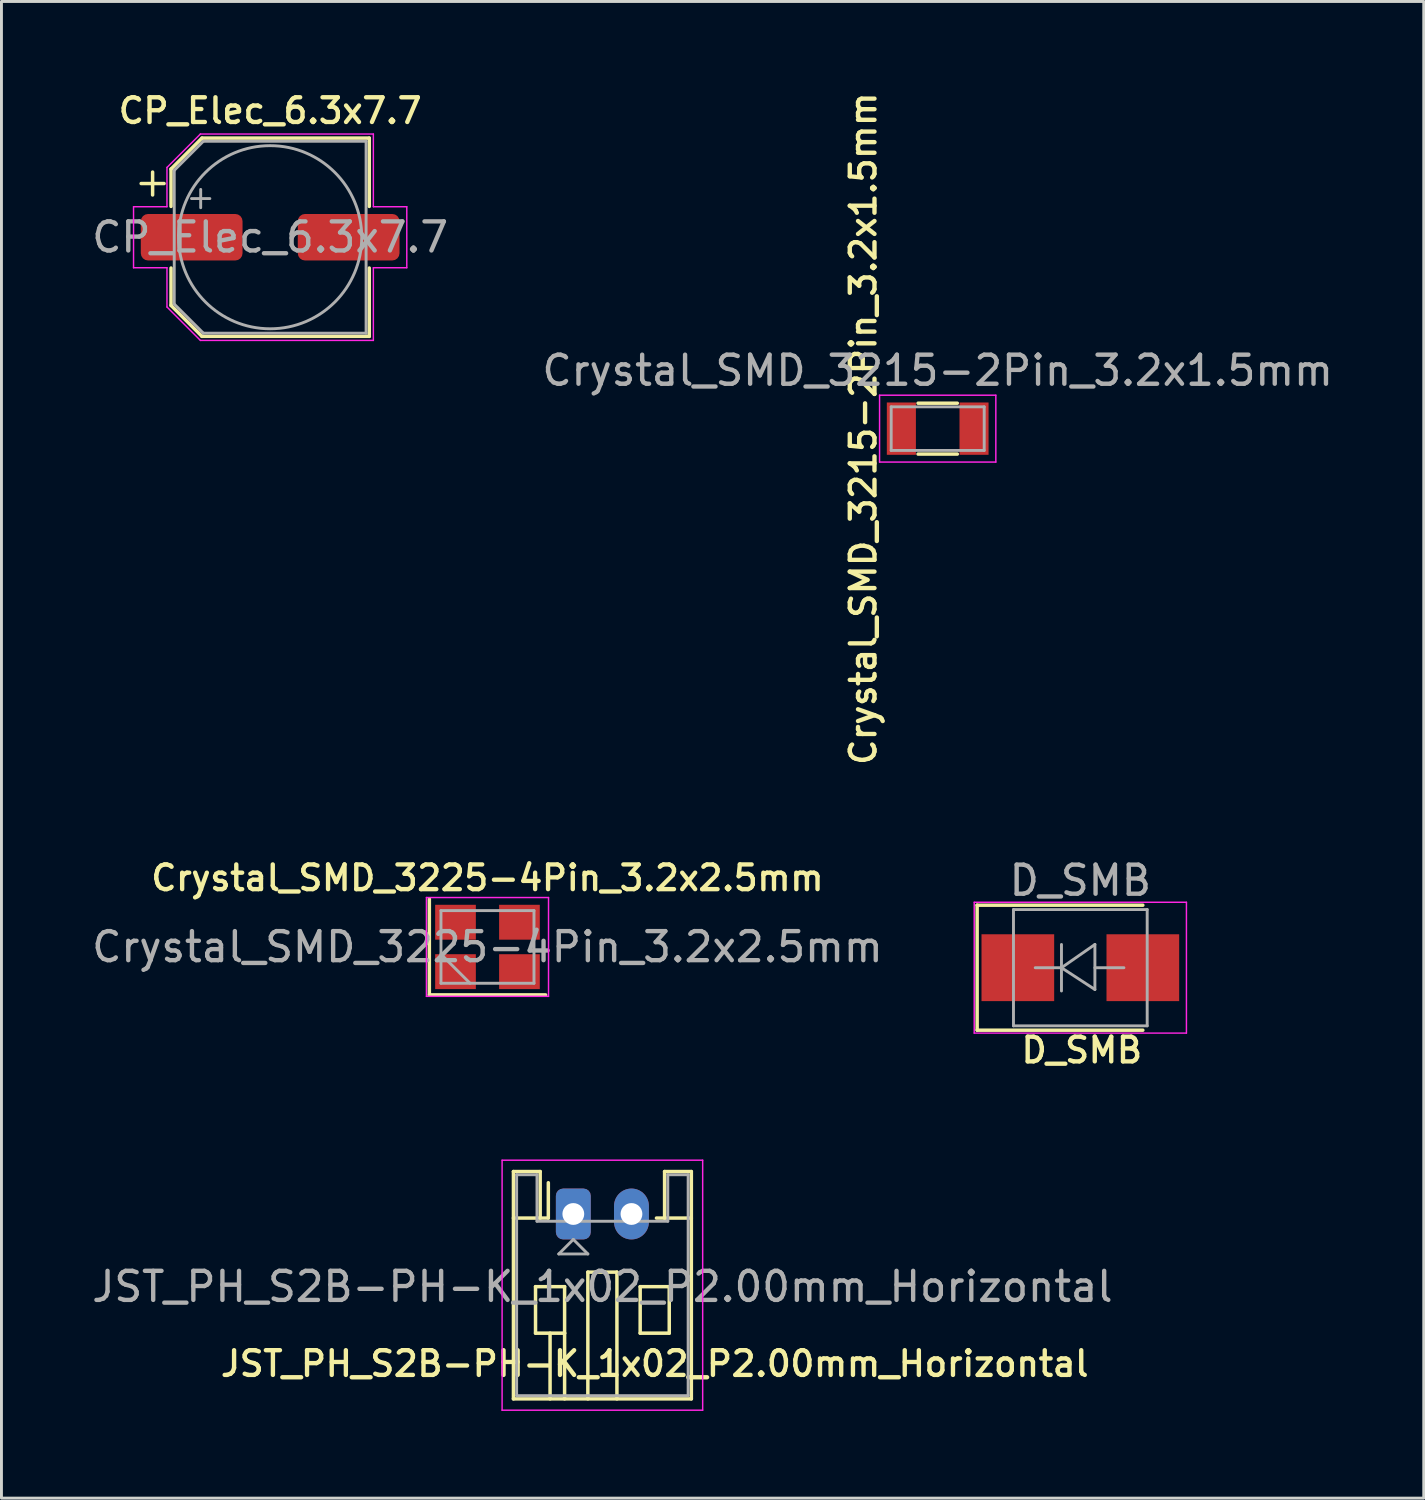
<source format=kicad_pcb>
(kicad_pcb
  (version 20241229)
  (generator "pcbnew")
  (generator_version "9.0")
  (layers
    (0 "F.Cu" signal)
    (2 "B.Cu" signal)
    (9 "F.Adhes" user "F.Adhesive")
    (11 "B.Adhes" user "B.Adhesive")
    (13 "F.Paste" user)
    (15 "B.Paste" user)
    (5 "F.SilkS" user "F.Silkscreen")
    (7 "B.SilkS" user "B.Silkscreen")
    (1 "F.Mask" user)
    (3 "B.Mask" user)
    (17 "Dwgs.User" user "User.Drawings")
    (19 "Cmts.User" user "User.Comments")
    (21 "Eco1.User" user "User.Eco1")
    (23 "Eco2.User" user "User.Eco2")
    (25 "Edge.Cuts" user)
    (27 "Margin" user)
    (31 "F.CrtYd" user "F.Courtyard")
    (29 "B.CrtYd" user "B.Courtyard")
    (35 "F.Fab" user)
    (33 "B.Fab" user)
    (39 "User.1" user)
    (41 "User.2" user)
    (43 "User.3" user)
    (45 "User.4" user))
  (footprint "CP_Elec_6.3x7.7"
    (layer "F.Cu")
    (at 6.244 5.111)
    (property "Reference" "CP_Elec_6.3x7.7" (at 0 -4.35 180) (layer "F.SilkS") (effects (font (size 0.85 0.85) (thickness 0.15))))
    (attr smd)
    (fp_line (start -4.438 -1.847) (end -3.65 -1.847) (stroke (width 0.12) (type solid)) (layer "F.SilkS"))
    (fp_line (start -4.044 -2.241) (end -4.044 -1.454) (stroke (width 0.12) (type solid)) (layer "F.SilkS"))
    (fp_line (start -3.41 -2.346) (end -3.41 -1.06) (stroke (width 0.12) (type solid)) (layer "F.SilkS"))
    (fp_line (start -3.41 -2.346) (end -2.346 -3.41) (stroke (width 0.12) (type solid)) (layer "F.SilkS"))
    (fp_line (start -3.41 2.346) (end -3.41 1.06) (stroke (width 0.12) (type solid)) (layer "F.SilkS"))
    (fp_line (start -3.41 2.346) (end -2.346 3.41) (stroke (width 0.12) (type solid)) (layer "F.SilkS"))
    (fp_line (start -2.346 -3.41) (end 3.41 -3.41) (stroke (width 0.12) (type solid)) (layer "F.SilkS"))
    (fp_line (start -2.346 3.41) (end 3.41 3.41) (stroke (width 0.12) (type solid)) (layer "F.SilkS"))
    (fp_line (start 3.41 -3.41) (end 3.41 -1.06) (stroke (width 0.12) (type solid)) (layer "F.SilkS"))
    (fp_line (start 3.41 3.41) (end 3.41 1.06) (stroke (width 0.12) (type solid)) (layer "F.SilkS"))
    (fp_line (start -4.7 -1.05) (end -4.7 1.05) (stroke (width 0.05) (type solid)) (layer "F.CrtYd"))
    (fp_line (start -4.7 1.05) (end -3.55 1.05) (stroke (width 0.05) (type solid)) (layer "F.CrtYd"))
    (fp_line (start -3.55 -2.4) (end -3.55 -1.05) (stroke (width 0.05) (type solid)) (layer "F.CrtYd"))
    (fp_line (start -3.55 -2.4) (end -2.4 -3.55) (stroke (width 0.05) (type solid)) (layer "F.CrtYd"))
    (fp_line (start -3.55 -1.05) (end -4.7 -1.05) (stroke (width 0.05) (type solid)) (layer "F.CrtYd"))
    (fp_line (start -3.55 1.05) (end -3.55 2.4) (stroke (width 0.05) (type solid)) (layer "F.CrtYd"))
    (fp_line (start -3.55 2.4) (end -2.4 3.55) (stroke (width 0.05) (type solid)) (layer "F.CrtYd"))
    (fp_line (start -2.4 -3.55) (end 3.55 -3.55) (stroke (width 0.05) (type solid)) (layer "F.CrtYd"))
    (fp_line (start -2.4 3.55) (end 3.55 3.55) (stroke (width 0.05) (type solid)) (layer "F.CrtYd"))
    (fp_line (start 3.55 -3.55) (end 3.55 -1.05) (stroke (width 0.05) (type solid)) (layer "F.CrtYd"))
    (fp_line (start 3.55 -1.05) (end 4.7 -1.05) (stroke (width 0.05) (type solid)) (layer "F.CrtYd"))
    (fp_line (start 3.55 1.05) (end 3.55 3.55) (stroke (width 0.05) (type solid)) (layer "F.CrtYd"))
    (fp_line (start 4.7 -1.05) (end 4.7 1.05) (stroke (width 0.05) (type solid)) (layer "F.CrtYd"))
    (fp_line (start 4.7 1.05) (end 3.55 1.05) (stroke (width 0.05) (type solid)) (layer "F.CrtYd"))
    (fp_line (start -3.3 -2.3) (end -3.3 2.3) (stroke (width 0.1) (type solid)) (layer "F.Fab"))
    (fp_line (start -3.3 -2.3) (end -2.3 -3.3) (stroke (width 0.1) (type solid)) (layer "F.Fab"))
    (fp_line (start -3.3 2.3) (end -2.3 3.3) (stroke (width 0.1) (type solid)) (layer "F.Fab"))
    (fp_line (start -2.705 -1.33) (end -2.075 -1.33) (stroke (width 0.1) (type solid)) (layer "F.Fab"))
    (fp_line (start -2.39 -1.645) (end -2.39 -1.015) (stroke (width 0.1) (type solid)) (layer "F.Fab"))
    (fp_line (start -2.3 -3.3) (end 3.3 -3.3) (stroke (width 0.1) (type solid)) (layer "F.Fab"))
    (fp_line (start -2.3 3.3) (end 3.3 3.3) (stroke (width 0.1) (type solid)) (layer "F.Fab"))
    (fp_line (start 3.3 -3.3) (end 3.3 3.3) (stroke (width 0.1) (type solid)) (layer "F.Fab"))
    (fp_circle (center 0 0) (end 3.15 0) (stroke (width 0.1) (type solid)) (fill no) (layer "F.Fab"))
    (fp_text user "${REFERENCE}" (at 0 0 180) (layer "F.Fab") (effects (font (size 1 1) (thickness 0.15))))
    (pad "1" smd roundrect (at -2.7 0) (size 3.5 1.6) (layers "F.Cu" "F.Mask" "F.Paste") (roundrect_rratio 0.156))
    (pad "2" smd roundrect (at 2.7 0) (size 3.5 1.6) (layers "F.Cu" "F.Mask" "F.Paste") (roundrect_rratio 0.156)))
  (footprint "Crystal_SMD_3215-2Pin_3.2x1.5mm"
    (layer "F.Cu")
    (at 29.208 11.696)
    (property "Reference" "Crystal_SMD_3215-2Pin_3.2x1.5mm" (at -2.56 0 270) (layer "F.SilkS") (effects (font (size 0.85 0.85) (thickness 0.15))))
    (attr smd)
    (fp_line (start -0.675 -0.875) (end 0.675 -0.875) (stroke (width 0.12) (type solid)) (layer "F.SilkS"))
    (fp_line (start -0.675 0.875) (end 0.675 0.875) (stroke (width 0.12) (type solid)) (layer "F.SilkS"))
    (fp_line (start -2 -1.15) (end -2 1.15) (stroke (width 0.05) (type solid)) (layer "F.CrtYd"))
    (fp_line (start -2 -1.15) (end 2 -1.15) (stroke (width 0.05) (type solid)) (layer "F.CrtYd"))
    (fp_line (start -2 1.15) (end 2 1.15) (stroke (width 0.05) (type solid)) (layer "F.CrtYd"))
    (fp_line (start 2 -1.15) (end 2 1.15) (stroke (width 0.05) (type solid)) (layer "F.CrtYd"))
    (fp_line (start -1.6 -0.75) (end -1.6 0.75) (stroke (width 0.1) (type solid)) (layer "F.Fab"))
    (fp_line (start -1.6 -0.75) (end 1.6 -0.75) (stroke (width 0.1) (type solid)) (layer "F.Fab"))
    (fp_line (start -1.6 0.75) (end 1.6 0.75) (stroke (width 0.1) (type solid)) (layer "F.Fab"))
    (fp_line (start 1.6 -0.75) (end 1.6 0.75) (stroke (width 0.1) (type solid)) (layer "F.Fab"))
    (fp_text user "${REFERENCE}" (at 0 -2 180) (layer "F.Fab") (effects (font (size 1 1) (thickness 0.15))))
    (pad "1" smd rect (at 1.25 0) (size 1 1.8) (layers "F.Cu" "F.Mask" "F.Paste"))
    (pad "2" smd rect (at -1.25 0) (size 1 1.8) (layers "F.Cu" "F.Mask" "F.Paste")))
  (footprint "Crystal_SMD_3225-4Pin_3.2x2.5mm"
    (layer "F.Cu")
    (at 13.72 29.526)
    (property "Reference" "Crystal_SMD_3225-4Pin_3.2x2.5mm" (at 0 -2.374 180) (layer "F.SilkS") (effects (font (size 0.85 0.85) (thickness 0.15))))
    (attr smd)
    (fp_line (start -2 -1.65) (end -2 1.65) (stroke (width 0.12) (type solid)) (layer "F.SilkS"))
    (fp_line (start -2 1.65) (end 2 1.65) (stroke (width 0.12) (type solid)) (layer "F.SilkS"))
    (fp_line (start -2.1 -1.7) (end -2.1 1.7) (stroke (width 0.05) (type solid)) (layer "F.CrtYd"))
    (fp_line (start -2.1 1.7) (end 2.1 1.7) (stroke (width 0.05) (type solid)) (layer "F.CrtYd"))
    (fp_line (start 2.1 -1.7) (end -2.1 -1.7) (stroke (width 0.05) (type solid)) (layer "F.CrtYd"))
    (fp_line (start 2.1 1.7) (end 2.1 -1.7) (stroke (width 0.05) (type solid)) (layer "F.CrtYd"))
    (fp_line (start -1.6 -1.25) (end -1.6 1.25) (stroke (width 0.1) (type solid)) (layer "F.Fab"))
    (fp_line (start -1.6 0.25) (end -0.6 1.25) (stroke (width 0.1) (type solid)) (layer "F.Fab"))
    (fp_line (start -1.6 1.25) (end 1.6 1.25) (stroke (width 0.1) (type solid)) (layer "F.Fab"))
    (fp_line (start 1.6 -1.25) (end -1.6 -1.25) (stroke (width 0.1) (type solid)) (layer "F.Fab"))
    (fp_line (start 1.6 1.25) (end 1.6 -1.25) (stroke (width 0.1) (type solid)) (layer "F.Fab"))
    (fp_text user "${REFERENCE}" (at 0 0 180) (layer "F.Fab") (effects (font (size 1 1) (thickness 0.15))))
    (pad "1" smd rect (at -1.1 0.85) (size 1.4 1.2) (layers "F.Cu" "F.Mask" "F.Paste"))
    (pad "2" smd rect (at 1.1 0.85) (size 1.4 1.2) (layers "F.Cu" "F.Mask" "F.Paste"))
    (pad "3" smd rect (at 1.1 -0.85) (size 1.4 1.2) (layers "F.Cu" "F.Mask" "F.Paste"))
    (pad "4" smd rect (at -1.1 -0.85) (size 1.4 1.2) (layers "F.Cu" "F.Mask" "F.Paste")))
  (footprint "JST_PH_S2B-PH-K_1x02_P2.00mm_Horizontal"
    (layer "F.Cu")
    (at 16.673 38.713)
    (property "Reference" "JST_PH_S2B-PH-K_1x02_P2.00mm_Horizontal" (at 2.8 5.15 0) (layer "F.SilkS") (effects (font (size 0.85 0.85) (thickness 0.15))))
    (attr through_hole)
    (fp_line (start -2.06 -1.46) (end -2.06 6.36) (stroke (width 0.12) (type solid)) (layer "F.SilkS"))
    (fp_line (start -2.06 0.14) (end -1.14 0.14) (stroke (width 0.12) (type solid)) (layer "F.SilkS"))
    (fp_line (start -2.06 6.36) (end 4.06 6.36) (stroke (width 0.12) (type solid)) (layer "F.SilkS"))
    (fp_line (start -1.3 2.5) (end -1.3 4.1) (stroke (width 0.12) (type solid)) (layer "F.SilkS"))
    (fp_line (start -1.3 4.1) (end -0.3 4.1) (stroke (width 0.12) (type solid)) (layer "F.SilkS"))
    (fp_line (start -1.14 -1.46) (end -2.06 -1.46) (stroke (width 0.12) (type solid)) (layer "F.SilkS"))
    (fp_line (start -1.14 0.14) (end -1.14 -1.46) (stroke (width 0.12) (type solid)) (layer "F.SilkS"))
    (fp_line (start -0.86 0.14) (end -1.14 0.14) (stroke (width 0.12) (type solid)) (layer "F.SilkS"))
    (fp_line (start -0.86 0.14) (end -0.86 -1.075) (stroke (width 0.12) (type solid)) (layer "F.SilkS"))
    (fp_line (start -0.8 4.1) (end -0.8 6.36) (stroke (width 0.12) (type solid)) (layer "F.SilkS"))
    (fp_line (start -0.3 2.5) (end -1.3 2.5) (stroke (width 0.12) (type solid)) (layer "F.SilkS"))
    (fp_line (start -0.3 4.1) (end -0.3 2.5) (stroke (width 0.12) (type solid)) (layer "F.SilkS"))
    (fp_line (start -0.3 4.1) (end -0.3 6.36) (stroke (width 0.12) (type solid)) (layer "F.SilkS"))
    (fp_line (start 0.5 2) (end 1.5 2) (stroke (width 0.12) (type solid)) (layer "F.SilkS"))
    (fp_line (start 0.5 6.36) (end 0.5 2) (stroke (width 0.12) (type solid)) (layer "F.SilkS"))
    (fp_line (start 1.5 2) (end 1.5 6.36) (stroke (width 0.12) (type solid)) (layer "F.SilkS"))
    (fp_line (start 2.3 2.5) (end 3.3 2.5) (stroke (width 0.12) (type solid)) (layer "F.SilkS"))
    (fp_line (start 2.3 4.1) (end 2.3 2.5) (stroke (width 0.12) (type solid)) (layer "F.SilkS"))
    (fp_line (start 3.14 -1.46) (end 3.14 0.14) (stroke (width 0.12) (type solid)) (layer "F.SilkS"))
    (fp_line (start 3.14 0.14) (end 2.86 0.14) (stroke (width 0.12) (type solid)) (layer "F.SilkS"))
    (fp_line (start 3.3 2.5) (end 3.3 4.1) (stroke (width 0.12) (type solid)) (layer "F.SilkS"))
    (fp_line (start 3.3 4.1) (end 2.3 4.1) (stroke (width 0.12) (type solid)) (layer "F.SilkS"))
    (fp_line (start 4.06 -1.46) (end 3.14 -1.46) (stroke (width 0.12) (type solid)) (layer "F.SilkS"))
    (fp_line (start 4.06 0.14) (end 3.14 0.14) (stroke (width 0.12) (type solid)) (layer "F.SilkS"))
    (fp_line (start 4.06 6.36) (end 4.06 -1.46) (stroke (width 0.12) (type solid)) (layer "F.SilkS"))
    (fp_line (start -2.45 -1.85) (end -2.45 6.75) (stroke (width 0.05) (type solid)) (layer "F.CrtYd"))
    (fp_line (start -2.45 6.75) (end 4.45 6.75) (stroke (width 0.05) (type solid)) (layer "F.CrtYd"))
    (fp_line (start 4.45 -1.85) (end -2.45 -1.85) (stroke (width 0.05) (type solid)) (layer "F.CrtYd"))
    (fp_line (start 4.45 6.75) (end 4.45 -1.85) (stroke (width 0.05) (type solid)) (layer "F.CrtYd"))
    (fp_line (start -1.95 -1.35) (end -1.95 6.25) (stroke (width 0.1) (type solid)) (layer "F.Fab"))
    (fp_line (start -1.95 6.25) (end 3.95 6.25) (stroke (width 0.1) (type solid)) (layer "F.Fab"))
    (fp_line (start -1.25 -1.35) (end -1.95 -1.35) (stroke (width 0.1) (type solid)) (layer "F.Fab"))
    (fp_line (start -1.25 0.25) (end -1.25 -1.35) (stroke (width 0.1) (type solid)) (layer "F.Fab"))
    (fp_line (start -0.5 1.375) (end 0.5 1.375) (stroke (width 0.1) (type solid)) (layer "F.Fab"))
    (fp_line (start 0 0.875) (end -0.5 1.375) (stroke (width 0.1) (type solid)) (layer "F.Fab"))
    (fp_line (start 0.5 1.375) (end 0 0.875) (stroke (width 0.1) (type solid)) (layer "F.Fab"))
    (fp_line (start 3.25 -1.35) (end 3.25 0.25) (stroke (width 0.1) (type solid)) (layer "F.Fab"))
    (fp_line (start 3.25 0.25) (end -1.25 0.25) (stroke (width 0.1) (type solid)) (layer "F.Fab"))
    (fp_line (start 3.95 -1.35) (end 3.25 -1.35) (stroke (width 0.1) (type solid)) (layer "F.Fab"))
    (fp_line (start 3.95 6.25) (end 3.95 -1.35) (stroke (width 0.1) (type solid)) (layer "F.Fab"))
    (fp_text user "${REFERENCE}" (at 1 2.5 0) (layer "F.Fab") (effects (font (size 1 1) (thickness 0.15))))
    (pad "1" thru_hole roundrect (at 0 0 180) (size 1.2 1.75) (drill 0.75) (layers "*.Cu" "*.Mask") (roundrect_rratio 0.208))
    (pad "2" thru_hole oval (at 2 0 180) (size 1.2 1.75) (drill 0.75) (layers "*.Cu" "*.Mask")))
  (footprint "D_SMB"
    (layer "F.Cu")
    (at 34.115 30.24)
    (property "Reference" "D_SMB" (at 0.051 2.837 180) (layer "F.SilkS") (effects (font (size 0.85 0.85) (thickness 0.15))))
    (attr smd)
    (fp_line (start -3.55 -2.15) (end -3.55 2.15) (stroke (width 0.12) (type solid)) (layer "F.SilkS"))
    (fp_line (start -3.55 -2.15) (end 2.15 -2.15) (stroke (width 0.12) (type solid)) (layer "F.SilkS"))
    (fp_line (start -3.55 2.15) (end 2.15 2.15) (stroke (width 0.12) (type solid)) (layer "F.SilkS"))
    (fp_line (start -3.65 -2.25) (end 3.65 -2.25) (stroke (width 0.05) (type solid)) (layer "F.CrtYd"))
    (fp_line (start -3.65 2.25) (end -3.65 -2.25) (stroke (width 0.05) (type solid)) (layer "F.CrtYd"))
    (fp_line (start 3.65 -2.25) (end 3.65 2.25) (stroke (width 0.05) (type solid)) (layer "F.CrtYd"))
    (fp_line (start 3.65 2.25) (end -3.65 2.25) (stroke (width 0.05) (type solid)) (layer "F.CrtYd"))
    (fp_line (start -2.3 2) (end -2.3 -2) (stroke (width 0.1) (type solid)) (layer "F.Fab"))
    (fp_line (start -0.649 -0.799) (end -0.649 0.801) (stroke (width 0.1) (type solid)) (layer "F.Fab"))
    (fp_line (start -0.649 0.001) (end -1.551 0.001) (stroke (width 0.1) (type solid)) (layer "F.Fab"))
    (fp_line (start -0.649 0.001) (end 0.501 -0.799) (stroke (width 0.1) (type solid)) (layer "F.Fab"))
    (fp_line (start -0.649 0.001) (end 0.501 0.75) (stroke (width 0.1) (type solid)) (layer "F.Fab"))
    (fp_line (start 0.501 0.001) (end 1.499 0.001) (stroke (width 0.1) (type solid)) (layer "F.Fab"))
    (fp_line (start 0.501 0.75) (end 0.501 -0.799) (stroke (width 0.1) (type solid)) (layer "F.Fab"))
    (fp_line (start 2.3 -2) (end -2.3 -2) (stroke (width 0.1) (type solid)) (layer "F.Fab"))
    (fp_line (start 2.3 -2) (end 2.3 2) (stroke (width 0.1) (type solid)) (layer "F.Fab"))
    (fp_line (start 2.3 2) (end -2.3 2) (stroke (width 0.1) (type solid)) (layer "F.Fab"))
    (fp_text user "${REFERENCE}" (at 0 -3 180) (layer "F.Fab") (effects (font (size 1 1) (thickness 0.15))))
    (pad "1" smd rect (at -2.15 0) (size 2.5 2.3) (layers "F.Cu" "F.Mask" "F.Paste"))
    (pad "2" smd rect (at 2.15 0) (size 2.5 2.3) (layers "F.Cu" "F.Mask" "F.Paste")))
  (gr_rect
    (start -3 -3)
    (end 45.929 48.488)
    (stroke (width 0.1) (type default))
    (fill no)
    (layer "Edge.Cuts")))
</source>
